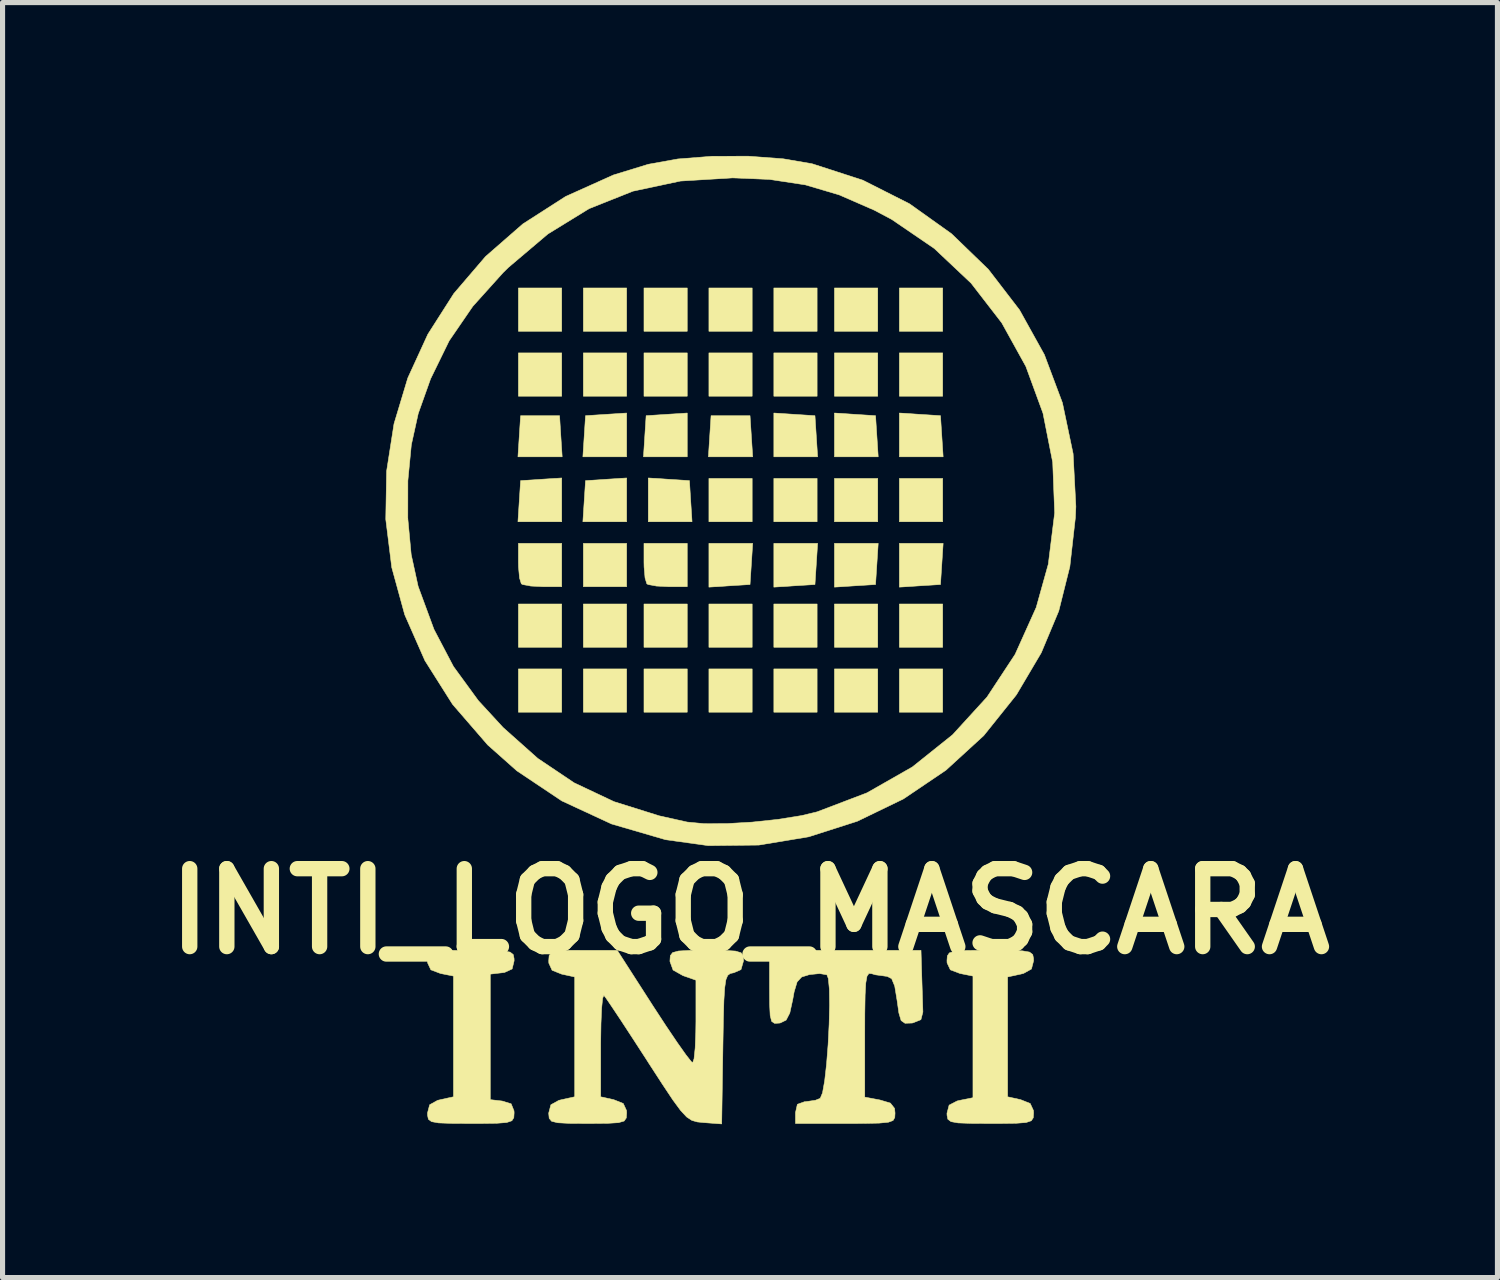
<source format=kicad_pcb>
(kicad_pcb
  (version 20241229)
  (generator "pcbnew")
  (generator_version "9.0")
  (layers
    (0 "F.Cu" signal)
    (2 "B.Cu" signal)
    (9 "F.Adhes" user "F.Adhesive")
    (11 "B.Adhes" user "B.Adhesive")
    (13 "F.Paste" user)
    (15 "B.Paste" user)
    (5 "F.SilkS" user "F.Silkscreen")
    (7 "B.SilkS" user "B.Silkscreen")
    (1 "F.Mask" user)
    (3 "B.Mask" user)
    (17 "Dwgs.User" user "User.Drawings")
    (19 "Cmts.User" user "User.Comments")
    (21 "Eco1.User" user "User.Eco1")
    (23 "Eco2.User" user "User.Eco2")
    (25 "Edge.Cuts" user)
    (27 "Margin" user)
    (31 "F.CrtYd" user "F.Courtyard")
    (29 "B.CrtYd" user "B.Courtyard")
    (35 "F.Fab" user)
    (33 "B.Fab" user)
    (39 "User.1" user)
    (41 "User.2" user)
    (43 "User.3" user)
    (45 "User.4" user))
  (footprint "INTI_LOGO_MASCARA"
    (layer "F.Cu")
    (at 11.238 9.44)
    (property "Reference" "INTI_LOGO_MASCARA" (at 0.381 5.334 0) (layer "F.SilkS") (effects (font (size 1.524 1.524) (thickness 0.3))))
    (attr through_hole)
    (fp_poly (pts (xy -3.302 -6.011) (xy -4.149 -6.011) (xy -4.149 -6.858) (xy -3.302 -6.858) (xy -3.302 -6.011)) (stroke (width 0.01) (type solid)) (fill yes) (layer "F.SilkS"))
    (fp_poly (pts (xy -3.302 -4.741) (xy -4.149 -4.741) (xy -4.149 -5.588) (xy -3.302 -5.588) (xy -3.302 -4.741)) (stroke (width 0.01) (type solid)) (fill yes) (layer "F.SilkS"))
    (fp_poly (pts (xy -3.302 0.169) (xy -4.149 0.169) (xy -4.149 -0.677) (xy -3.302 -0.677) (xy -3.302 0.169)) (stroke (width 0.01) (type solid)) (fill yes) (layer "F.SilkS"))
    (fp_poly (pts (xy -3.302 1.439) (xy -4.149 1.439) (xy -4.149 0.593) (xy -3.302 0.593) (xy -3.302 1.439)) (stroke (width 0.01) (type solid)) (fill yes) (layer "F.SilkS"))
    (fp_poly (pts (xy -2.032 -6.011) (xy -2.879 -6.011) (xy -2.879 -6.858) (xy -2.032 -6.858) (xy -2.032 -6.011)) (stroke (width 0.01) (type solid)) (fill yes) (layer "F.SilkS"))
    (fp_poly (pts (xy -2.032 -4.741) (xy -2.879 -4.741) (xy -2.879 -5.588) (xy -2.032 -5.588) (xy -2.032 -4.741)) (stroke (width 0.01) (type solid)) (fill yes) (layer "F.SilkS"))
    (fp_poly (pts (xy -2.032 -1.016) (xy -2.879 -1.016) (xy -2.879 -1.863) (xy -2.032 -1.863) (xy -2.032 -1.016)) (stroke (width 0.01) (type solid)) (fill yes) (layer "F.SilkS"))
    (fp_poly (pts (xy -2.032 0.169) (xy -2.879 0.169) (xy -2.879 -0.677) (xy -2.032 -0.677) (xy -2.032 0.169)) (stroke (width 0.01) (type solid)) (fill yes) (layer "F.SilkS"))
    (fp_poly (pts (xy -2.032 1.439) (xy -2.879 1.439) (xy -2.879 0.593) (xy -2.032 0.593) (xy -2.032 1.439)) (stroke (width 0.01) (type solid)) (fill yes) (layer "F.SilkS"))
    (fp_poly (pts (xy -0.847 -6.011) (xy -1.693 -6.011) (xy -1.693 -6.858) (xy -0.847 -6.858) (xy -0.847 -6.011)) (stroke (width 0.01) (type solid)) (fill yes) (layer "F.SilkS"))
    (fp_poly (pts (xy -0.847 -4.741) (xy -1.693 -4.741) (xy -1.693 -5.588) (xy -0.847 -5.588) (xy -0.847 -4.741)) (stroke (width 0.01) (type solid)) (fill yes) (layer "F.SilkS"))
    (fp_poly (pts (xy -0.847 0.169) (xy -1.693 0.169) (xy -1.693 -0.677) (xy -0.847 -0.677) (xy -0.847 0.169)) (stroke (width 0.01) (type solid)) (fill yes) (layer "F.SilkS"))
    (fp_poly (pts (xy -0.847 1.439) (xy -1.693 1.439) (xy -1.693 0.593) (xy -0.847 0.593) (xy -0.847 1.439)) (stroke (width 0.01) (type solid)) (fill yes) (layer "F.SilkS"))
    (fp_poly (pts (xy 0.423 -6.011) (xy -0.423 -6.011) (xy -0.423 -6.858) (xy 0.423 -6.858) (xy 0.423 -6.011)) (stroke (width 0.01) (type solid)) (fill yes) (layer "F.SilkS"))
    (fp_poly (pts (xy 0.423 -4.741) (xy -0.423 -4.741) (xy -0.423 -5.588) (xy 0.423 -5.588) (xy 0.423 -4.741)) (stroke (width 0.01) (type solid)) (fill yes) (layer "F.SilkS"))
    (fp_poly (pts (xy 0.423 -2.286) (xy -0.423 -2.286) (xy -0.423 -3.133) (xy 0.423 -3.133) (xy 0.423 -2.286)) (stroke (width 0.01) (type solid)) (fill yes) (layer "F.SilkS"))
    (fp_poly (pts (xy 0.423 0.169) (xy -0.423 0.169) (xy -0.423 -0.677) (xy 0.423 -0.677) (xy 0.423 0.169)) (stroke (width 0.01) (type solid)) (fill yes) (layer "F.SilkS"))
    (fp_poly (pts (xy 0.423 1.439) (xy -0.423 1.439) (xy -0.423 0.593) (xy 0.423 0.593) (xy 0.423 1.439)) (stroke (width 0.01) (type solid)) (fill yes) (layer "F.SilkS"))
    (fp_poly (pts (xy 1.693 -6.011) (xy 0.847 -6.011) (xy 0.847 -6.858) (xy 1.693 -6.858) (xy 1.693 -6.011)) (stroke (width 0.01) (type solid)) (fill yes) (layer "F.SilkS"))
    (fp_poly (pts (xy 1.693 -4.741) (xy 0.847 -4.741) (xy 0.847 -5.588) (xy 1.693 -5.588) (xy 1.693 -4.741)) (stroke (width 0.01) (type solid)) (fill yes) (layer "F.SilkS"))
    (fp_poly (pts (xy 1.693 -2.286) (xy 0.847 -2.286) (xy 0.847 -3.133) (xy 1.693 -3.133) (xy 1.693 -2.286)) (stroke (width 0.01) (type solid)) (fill yes) (layer "F.SilkS"))
    (fp_poly (pts (xy 1.693 0.169) (xy 0.847 0.169) (xy 0.847 -0.677) (xy 1.693 -0.677) (xy 1.693 0.169)) (stroke (width 0.01) (type solid)) (fill yes) (layer "F.SilkS"))
    (fp_poly (pts (xy 1.693 1.439) (xy 0.847 1.439) (xy 0.847 0.593) (xy 1.693 0.593) (xy 1.693 1.439)) (stroke (width 0.01) (type solid)) (fill yes) (layer "F.SilkS"))
    (fp_poly (pts (xy 2.879 -6.011) (xy 2.032 -6.011) (xy 2.032 -6.858) (xy 2.879 -6.858) (xy 2.879 -6.011)) (stroke (width 0.01) (type solid)) (fill yes) (layer "F.SilkS"))
    (fp_poly (pts (xy 2.879 -4.741) (xy 2.032 -4.741) (xy 2.032 -5.588) (xy 2.879 -5.588) (xy 2.879 -4.741)) (stroke (width 0.01) (type solid)) (fill yes) (layer "F.SilkS"))
    (fp_poly (pts (xy 2.879 -2.286) (xy 2.032 -2.286) (xy 2.032 -3.133) (xy 2.879 -3.133) (xy 2.879 -2.286)) (stroke (width 0.01) (type solid)) (fill yes) (layer "F.SilkS"))
    (fp_poly (pts (xy 2.879 0.169) (xy 2.032 0.169) (xy 2.032 -0.677) (xy 2.879 -0.677) (xy 2.879 0.169)) (stroke (width 0.01) (type solid)) (fill yes) (layer "F.SilkS"))
    (fp_poly (pts (xy 2.879 1.439) (xy 2.032 1.439) (xy 2.032 0.593) (xy 2.879 0.593) (xy 2.879 1.439)) (stroke (width 0.01) (type solid)) (fill yes) (layer "F.SilkS"))
    (fp_poly (pts (xy 4.149 -6.011) (xy 3.302 -6.011) (xy 3.302 -6.858) (xy 4.149 -6.858) (xy 4.149 -6.011)) (stroke (width 0.01) (type solid)) (fill yes) (layer "F.SilkS"))
    (fp_poly (pts (xy 4.149 -4.741) (xy 3.302 -4.741) (xy 3.302 -5.588) (xy 4.149 -5.588) (xy 4.149 -4.741)) (stroke (width 0.01) (type solid)) (fill yes) (layer "F.SilkS"))
    (fp_poly (pts (xy 4.149 -2.286) (xy 3.302 -2.286) (xy 3.302 -3.133) (xy 4.149 -3.133) (xy 4.149 -2.286)) (stroke (width 0.01) (type solid)) (fill yes) (layer "F.SilkS"))
    (fp_poly (pts (xy 4.149 0.169) (xy 3.302 0.169) (xy 3.302 -0.677) (xy 4.149 -0.677) (xy 4.149 0.169)) (stroke (width 0.01) (type solid)) (fill yes) (layer "F.SilkS"))
    (fp_poly (pts (xy 4.149 1.439) (xy 3.302 1.439) (xy 3.302 0.593) (xy 4.149 0.593) (xy 4.149 1.439)) (stroke (width 0.01) (type solid)) (fill yes) (layer "F.SilkS"))
    (fp_poly (pts (xy -3.319 -3.958) (xy -3.293 -3.556) (xy -4.158 -3.556) (xy -4.132 -3.958) (xy -4.106 -4.36) (xy -3.344 -4.36) (xy -3.319 -3.958)) (stroke (width 0.01) (type solid)) (fill yes) (layer "F.SilkS"))
    (fp_poly (pts (xy -3.302 -2.286) (xy -4.158 -2.286) (xy -4.132 -2.688) (xy -4.106 -3.09) (xy -3.704 -3.116) (xy -3.302 -3.142) (xy -3.302 -2.286)) (stroke (width 0.01) (type solid)) (fill yes) (layer "F.SilkS"))
    (fp_poly (pts (xy -2.032 -3.556) (xy -2.888 -3.556) (xy -2.862 -3.958) (xy -2.836 -4.36) (xy -2.434 -4.386) (xy -2.032 -4.412) (xy -2.032 -3.556)) (stroke (width 0.01) (type solid)) (fill yes) (layer "F.SilkS"))
    (fp_poly (pts (xy -2.032 -2.286) (xy -2.888 -2.286) (xy -2.862 -2.688) (xy -2.836 -3.09) (xy -2.434 -3.116) (xy -2.032 -3.142) (xy -2.032 -2.286)) (stroke (width 0.01) (type solid)) (fill yes) (layer "F.SilkS"))
    (fp_poly (pts (xy -1.206 -3.116) (xy -0.804 -3.09) (xy -0.779 -2.688) (xy -0.753 -2.286) (xy -1.609 -2.286) (xy -1.609 -3.142) (xy -1.206 -3.116)) (stroke (width 0.01) (type solid)) (fill yes) (layer "F.SilkS"))
    (fp_poly (pts (xy -0.847 -3.556) (xy -1.703 -3.556) (xy -1.677 -3.958) (xy -1.651 -4.36) (xy -1.249 -4.386) (xy -0.847 -4.412) (xy -0.847 -3.556)) (stroke (width 0.01) (type solid)) (fill yes) (layer "F.SilkS"))
    (fp_poly (pts (xy 0.407 -3.958) (xy 0.433 -3.556) (xy -0.433 -3.556) (xy -0.407 -3.958) (xy -0.381 -4.36) (xy 0.381 -4.36) (xy 0.407 -3.958)) (stroke (width 0.01) (type solid)) (fill yes) (layer "F.SilkS"))
    (fp_poly (pts (xy 0.407 -1.46) (xy 0.381 -1.058) (xy -0.021 -1.033) (xy -0.423 -1.007) (xy -0.423 -1.863) (xy 0.433 -1.863) (xy 0.407 -1.46)) (stroke (width 0.01) (type solid)) (fill yes) (layer "F.SilkS"))
    (fp_poly (pts (xy 1.249 -4.386) (xy 1.651 -4.36) (xy 1.677 -3.958) (xy 1.703 -3.556) (xy 0.847 -3.556) (xy 0.847 -4.412) (xy 1.249 -4.386)) (stroke (width 0.01) (type solid)) (fill yes) (layer "F.SilkS"))
    (fp_poly (pts (xy 1.677 -1.46) (xy 1.651 -1.058) (xy 1.249 -1.033) (xy 0.847 -1.007) (xy 0.847 -1.863) (xy 1.703 -1.863) (xy 1.677 -1.46)) (stroke (width 0.01) (type solid)) (fill yes) (layer "F.SilkS"))
    (fp_poly (pts (xy 2.434 -4.386) (xy 2.836 -4.36) (xy 2.862 -3.958) (xy 2.888 -3.556) (xy 2.032 -3.556) (xy 2.032 -4.412) (xy 2.434 -4.386)) (stroke (width 0.01) (type solid)) (fill yes) (layer "F.SilkS"))
    (fp_poly (pts (xy 2.862 -1.46) (xy 2.836 -1.058) (xy 2.434 -1.033) (xy 2.032 -1.007) (xy 2.032 -1.863) (xy 2.888 -1.863) (xy 2.862 -1.46)) (stroke (width 0.01) (type solid)) (fill yes) (layer "F.SilkS"))
    (fp_poly (pts (xy 3.704 -4.386) (xy 4.106 -4.36) (xy 4.132 -3.958) (xy 4.158 -3.556) (xy 3.302 -3.556) (xy 3.302 -4.412) (xy 3.704 -4.386)) (stroke (width 0.01) (type solid)) (fill yes) (layer "F.SilkS"))
    (fp_poly (pts (xy 4.132 -1.46) (xy 4.106 -1.058) (xy 3.704 -1.033) (xy 3.302 -1.007) (xy 3.302 -1.863) (xy 4.158 -1.863) (xy 4.132 -1.46)) (stroke (width 0.01) (type solid)) (fill yes) (layer "F.SilkS"))
    (fp_poly (pts (xy -3.302 -1.016) (xy -3.669 -1.016) (xy -3.906 -1.028) (xy -4.066 -1.058) (xy -4.092 -1.072) (xy -4.127 -1.185) (xy -4.147 -1.401) (xy -4.149 -1.496) (xy -4.149 -1.863) (xy -3.302 -1.863) (xy -3.302 -1.016)) (stroke (width 0.01) (type solid)) (fill yes) (layer "F.SilkS"))
    (fp_poly (pts (xy -0.847 -1.016) (xy -1.214 -1.016) (xy -1.451 -1.028) (xy -1.611 -1.058) (xy -1.637 -1.072) (xy -1.672 -1.185) (xy -1.691 -1.401) (xy -1.693 -1.496) (xy -1.693 -1.863) (xy -0.847 -1.863) (xy -0.847 -1.016)) (stroke (width 0.01) (type solid)) (fill yes) (layer "F.SilkS"))
    (fp_poly (pts (xy -4.696 6.097) (xy -4.45 6.107) (xy -4.312 6.131) (xy -4.25 6.179) (xy -4.234 6.257) (xy -4.233 6.302) (xy -4.272 6.461) (xy -4.42 6.529) (xy -4.466 6.535) (xy -4.699 6.562) (xy -4.699 9.017) (xy -4.466 9.044) (xy -4.291 9.098) (xy -4.235 9.236) (xy -4.233 9.277) (xy -4.239 9.37) (xy -4.277 9.43) (xy -4.378 9.464) (xy -4.573 9.479) (xy -4.893 9.483) (xy -5.08 9.483) (xy -5.464 9.481) (xy -5.71 9.472) (xy -5.848 9.447) (xy -5.91 9.4) (xy -5.926 9.322) (xy -5.927 9.278) (xy -5.885 9.117) (xy -5.73 9.031) (xy -5.673 9.017) (xy -5.419 8.961) (xy -5.419 6.6) (xy -5.673 6.549) (xy -5.861 6.478) (xy -5.925 6.342) (xy -5.927 6.297) (xy -5.92 6.206) (xy -5.881 6.147) (xy -5.777 6.115) (xy -5.577 6.1) (xy -5.252 6.096) (xy -5.08 6.096) (xy -4.696 6.097)) (stroke (width 0.01) (type solid)) (fill yes) (layer "F.SilkS"))
    (fp_poly (pts (xy 5.464 6.097) (xy 5.71 6.107) (xy 5.848 6.131) (xy 5.91 6.179) (xy 5.926 6.256) (xy 5.927 6.301) (xy 5.885 6.462) (xy 5.73 6.548) (xy 5.673 6.562) (xy 5.419 6.617) (xy 5.419 8.961) (xy 5.673 9.017) (xy 5.861 9.092) (xy 5.925 9.231) (xy 5.927 9.278) (xy 5.921 9.371) (xy 5.882 9.43) (xy 5.781 9.464) (xy 5.585 9.479) (xy 5.264 9.483) (xy 5.08 9.483) (xy 4.696 9.481) (xy 4.45 9.472) (xy 4.312 9.447) (xy 4.25 9.4) (xy 4.234 9.322) (xy 4.233 9.282) (xy 4.275 9.124) (xy 4.431 9.043) (xy 4.487 9.03) (xy 4.741 8.979) (xy 4.741 6.6) (xy 4.487 6.549) (xy 4.299 6.478) (xy 4.235 6.342) (xy 4.233 6.297) (xy 4.24 6.206) (xy 4.279 6.147) (xy 4.383 6.115) (xy 4.583 6.1) (xy 4.908 6.096) (xy 5.08 6.096) (xy 5.464 6.097)) (stroke (width 0.01) (type solid)) (fill yes) (layer "F.SilkS"))
    (fp_poly (pts (xy 3.74 6.604) (xy 3.75 6.914) (xy 3.758 7.179) (xy 3.762 7.303) (xy 3.723 7.453) (xy 3.565 7.516) (xy 3.542 7.519) (xy 3.412 7.523) (xy 3.336 7.47) (xy 3.292 7.321) (xy 3.257 7.075) (xy 3.211 6.796) (xy 3.151 6.651) (xy 3.062 6.605) (xy 3.045 6.604) (xy 2.833 6.575) (xy 2.759 6.553) (xy 2.706 6.549) (xy 2.669 6.602) (xy 2.645 6.735) (xy 2.632 6.97) (xy 2.626 7.333) (xy 2.625 7.734) (xy 2.625 8.967) (xy 2.921 9.023) (xy 3.126 9.084) (xy 3.208 9.188) (xy 3.217 9.28) (xy 3.212 9.367) (xy 3.178 9.425) (xy 3.085 9.459) (xy 2.905 9.476) (xy 2.609 9.482) (xy 2.244 9.483) (xy 1.27 9.483) (xy 1.27 9.271) (xy 1.307 9.108) (xy 1.445 9.058) (xy 1.46 9.058) (xy 1.66 9.029) (xy 1.754 8.991) (xy 1.799 8.884) (xy 1.841 8.648) (xy 1.878 8.32) (xy 1.908 7.939) (xy 1.928 7.543) (xy 1.937 7.171) (xy 1.933 6.859) (xy 1.912 6.647) (xy 1.884 6.575) (xy 1.743 6.551) (xy 1.543 6.571) (xy 1.391 6.618) (xy 1.302 6.714) (xy 1.244 6.907) (xy 1.217 7.057) (xy 1.159 7.322) (xy 1.087 7.461) (xy 0.975 7.516) (xy 0.953 7.52) (xy 0.861 7.525) (xy 0.804 7.486) (xy 0.775 7.371) (xy 0.764 7.149) (xy 0.762 6.822) (xy 0.762 6.096) (xy 3.725 6.096) (xy 3.74 6.604)) (stroke (width 0.01) (type solid)) (fill yes) (layer "F.SilkS"))
    (fp_poly (pts (xy -1.51 7.195) (xy -1.263 7.573) (xy -1.045 7.896) (xy -0.874 8.138) (xy -0.767 8.274) (xy -0.741 8.295) (xy -0.714 8.218) (xy -0.692 8.007) (xy -0.68 7.701) (xy -0.677 7.489) (xy -0.677 6.68) (xy -0.931 6.591) (xy -1.124 6.482) (xy -1.185 6.314) (xy -1.185 6.299) (xy -1.178 6.201) (xy -1.133 6.141) (xy -1.017 6.11) (xy -0.796 6.098) (xy -0.466 6.096) (xy -0.117 6.098) (xy 0.096 6.111) (xy 0.206 6.144) (xy 0.248 6.206) (xy 0.254 6.302) (xy 0.204 6.474) (xy 0.064 6.535) (xy -0.005 6.549) (xy -0.056 6.587) (xy -0.091 6.672) (xy -0.114 6.827) (xy -0.13 7.077) (xy -0.14 7.446) (xy -0.149 7.958) (xy -0.15 8.027) (xy -0.173 9.492) (xy -0.521 9.466) (xy -0.65 9.453) (xy -0.756 9.423) (xy -0.859 9.355) (xy -0.977 9.228) (xy -1.128 9.023) (xy -1.331 8.718) (xy -1.606 8.294) (xy -1.64 8.24) (xy -1.9 7.839) (xy -2.13 7.487) (xy -2.315 7.209) (xy -2.436 7.031) (xy -2.477 6.977) (xy -2.501 7.031) (xy -2.521 7.225) (xy -2.534 7.528) (xy -2.54 7.91) (xy -2.54 7.938) (xy -2.54 8.961) (xy -2.286 9.017) (xy -2.098 9.092) (xy -2.034 9.231) (xy -2.032 9.278) (xy -2.039 9.375) (xy -2.081 9.435) (xy -2.191 9.467) (xy -2.402 9.48) (xy -2.746 9.483) (xy -2.794 9.483) (xy -3.155 9.481) (xy -3.379 9.469) (xy -3.499 9.44) (xy -3.547 9.383) (xy -3.556 9.291) (xy -3.556 9.278) (xy -3.514 9.117) (xy -3.359 9.031) (xy -3.302 9.017) (xy -3.048 8.961) (xy -3.048 6.617) (xy -3.302 6.562) (xy -3.49 6.487) (xy -3.554 6.347) (xy -3.556 6.301) (xy -3.548 6.199) (xy -3.5 6.138) (xy -3.379 6.108) (xy -3.148 6.097) (xy -2.886 6.096) (xy -2.216 6.096) (xy -1.51 7.195)) (stroke (width 0.01) (type solid)) (fill yes) (layer "F.SilkS"))
    (fp_poly (pts (xy 1.031 -9.384) (xy 1.596 -9.287) (xy 2.587 -8.966) (xy 3.499 -8.505) (xy 4.321 -7.919) (xy 5.042 -7.222) (xy 5.652 -6.428) (xy 6.138 -5.553) (xy 6.491 -4.611) (xy 6.7 -3.616) (xy 6.754 -2.583) (xy 6.745 -2.372) (xy 6.636 -1.408) (xy 6.419 -0.54) (xy 6.077 0.277) (xy 5.597 1.089) (xy 5.581 1.112) (xy 4.952 1.897) (xy 4.212 2.574) (xy 3.38 3.136) (xy 2.479 3.572) (xy 1.529 3.876) (xy 0.552 4.038) (xy -0.434 4.049) (xy -1.27 3.933) (xy -2.327 3.625) (xy -3.3 3.174) (xy -4.179 2.586) (xy -4.749 2.08) (xy -5.437 1.285) (xy -5.977 0.431) (xy -6.372 -0.466) (xy -6.626 -1.392) (xy -6.743 -2.333) (xy -6.743 -2.35) (xy -6.312 -2.35) (xy -6.246 -1.644) (xy -6.112 -1.03) (xy -6.108 -1.016) (xy -5.8 -0.18) (xy -5.419 0.546) (xy -4.933 1.212) (xy -4.448 1.739) (xy -3.77 2.343) (xy -3.058 2.821) (xy -2.278 3.189) (xy -1.394 3.466) (xy -0.847 3.588) (xy -0.518 3.619) (xy -0.077 3.618) (xy 0.423 3.589) (xy 0.93 3.535) (xy 1.39 3.461) (xy 1.693 3.388) (xy 2.669 3.016) (xy 3.556 2.51) (xy 4.342 1.881) (xy 5.016 1.143) (xy 5.565 0.309) (xy 5.978 -0.609) (xy 6.215 -1.457) (xy 6.339 -2.458) (xy 6.301 -3.447) (xy 6.111 -4.408) (xy 5.776 -5.323) (xy 5.304 -6.176) (xy 4.705 -6.951) (xy 3.985 -7.63) (xy 3.153 -8.198) (xy 2.814 -8.378) (xy 2.124 -8.679) (xy 1.461 -8.875) (xy 0.763 -8.981) (xy 0.042 -9.011) (xy -0.979 -8.949) (xy -1.909 -8.751) (xy -2.767 -8.409) (xy -3.572 -7.914) (xy -4.344 -7.26) (xy -4.448 -7.158) (xy -5.041 -6.499) (xy -5.503 -5.825) (xy -5.866 -5.082) (xy -6.108 -4.403) (xy -6.243 -3.791) (xy -6.311 -3.087) (xy -6.312 -2.35) (xy -6.743 -2.35) (xy -6.727 -3.274) (xy -6.582 -4.201) (xy -6.312 -5.098) (xy -5.92 -5.953) (xy -5.412 -6.749) (xy -4.791 -7.474) (xy -4.061 -8.111) (xy -3.226 -8.647) (xy -2.29 -9.068) (xy -1.609 -9.277) (xy -1.032 -9.381) (xy -0.357 -9.434) (xy 0.352 -9.435) (xy 1.031 -9.384)) (stroke (width 0.01) (type solid)) (fill yes) (layer "F.SilkS")))
  (gr_rect
    (start -3 -3)
    (end 26.237 21.937)
    (stroke (width 0.1) (type default))
    (fill no)
    (layer "Edge.Cuts")))
</source>
